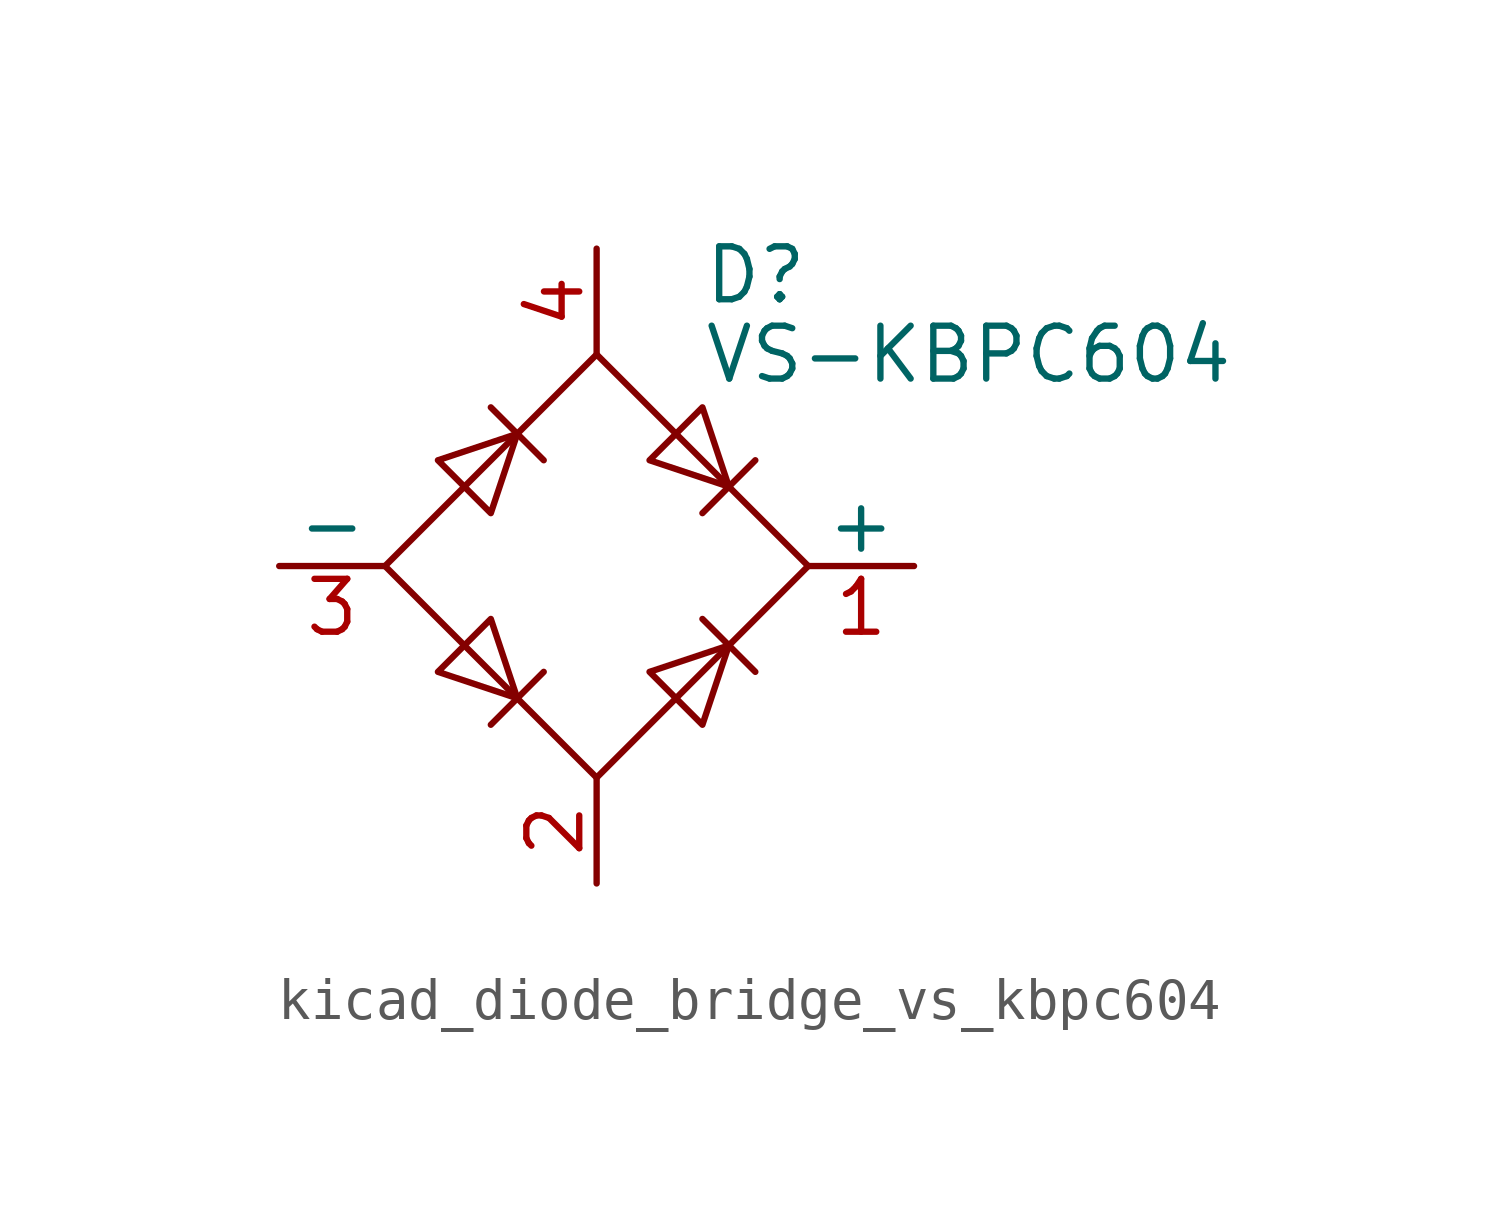
<source format=kicad_sym>
(kicad_symbol_lib
  (version 20220914)
  (generator kicad_symbol_editor)
  (symbol "kicad_diode_bridge_vs_kbpc604"
    (pin_names
      (offset 0))
    (property "Reference" "D"
      (at 2.54 6.985 0)
      (effects (font (size 1.27 1.27)) (justify left)))
    (property "Value" "VS-KBPC604"
      (at 2.54 5.08 0)
      (effects (font (size 1.27 1.27)) (justify left)))
    (symbol "kicad_diode_bridge_vs_kbpc604_0_1"
      (polyline (pts (xy -2.54 3.81) (xy -1.27 2.54)) (stroke (width 0) (type default)) (fill (type none)))
      (polyline (pts (xy -1.27 -2.54) (xy -2.54 -3.81)) (stroke (width 0) (type default)) (fill (type none)))
      (polyline (pts (xy 2.54 -1.27) (xy 3.81 -2.54)) (stroke (width 0) (type default)) (fill (type none)))
      (polyline (pts (xy 2.54 1.27) (xy 3.81 2.54)) (stroke (width 0) (type default)) (fill (type none)))
      (polyline (pts (xy -3.81 2.54) (xy -2.54 1.27) (xy -1.905 3.175) (xy -3.81 2.54)) (stroke (width 0) (type default)) (fill (type none)))
      (polyline (pts (xy -2.54 -1.27) (xy -3.81 -2.54) (xy -1.905 -3.175) (xy -2.54 -1.27)) (stroke (width 0) (type default)) (fill (type none)))
      (polyline (pts (xy 1.27 2.54) (xy 2.54 3.81) (xy 3.175 1.905) (xy 1.27 2.54)) (stroke (width 0) (type default)) (fill (type none)))
      (polyline (pts (xy 3.175 -1.905) (xy 1.27 -2.54) (xy 2.54 -3.81) (xy 3.175 -1.905)) (stroke (width 0) (type default)) (fill (type none)))
      (polyline (pts (xy -5.08 0) (xy 0 -5.08) (xy 5.08 0) (xy 0 5.08) (xy -5.08 0)) (stroke (width 0) (type default)) (fill (type none))))
    (symbol "kicad_diode_bridge_vs_kbpc604_1_1"
      (pin passive line (at 7.62 0 180) (length 2.54) (name "+" (effects (font (size 1.27 1.27)))) (number "1" (effects (font (size 1.27 1.27)))))
      (pin passive line (at 0 -7.62 90) (length 2.54) (name "~" (effects (font (size 1.27 1.27)))) (number "2" (effects (font (size 1.27 1.27)))))
      (pin passive line (at -7.62 0 0) (length 2.54) (name "-" (effects (font (size 1.27 1.27)))) (number "3" (effects (font (size 1.27 1.27)))))
      (pin passive line (at 0 7.62 270) (length 2.54) (name "~" (effects (font (size 1.27 1.27)))) (number "4" (effects (font (size 1.27 1.27))))))))
</source>
